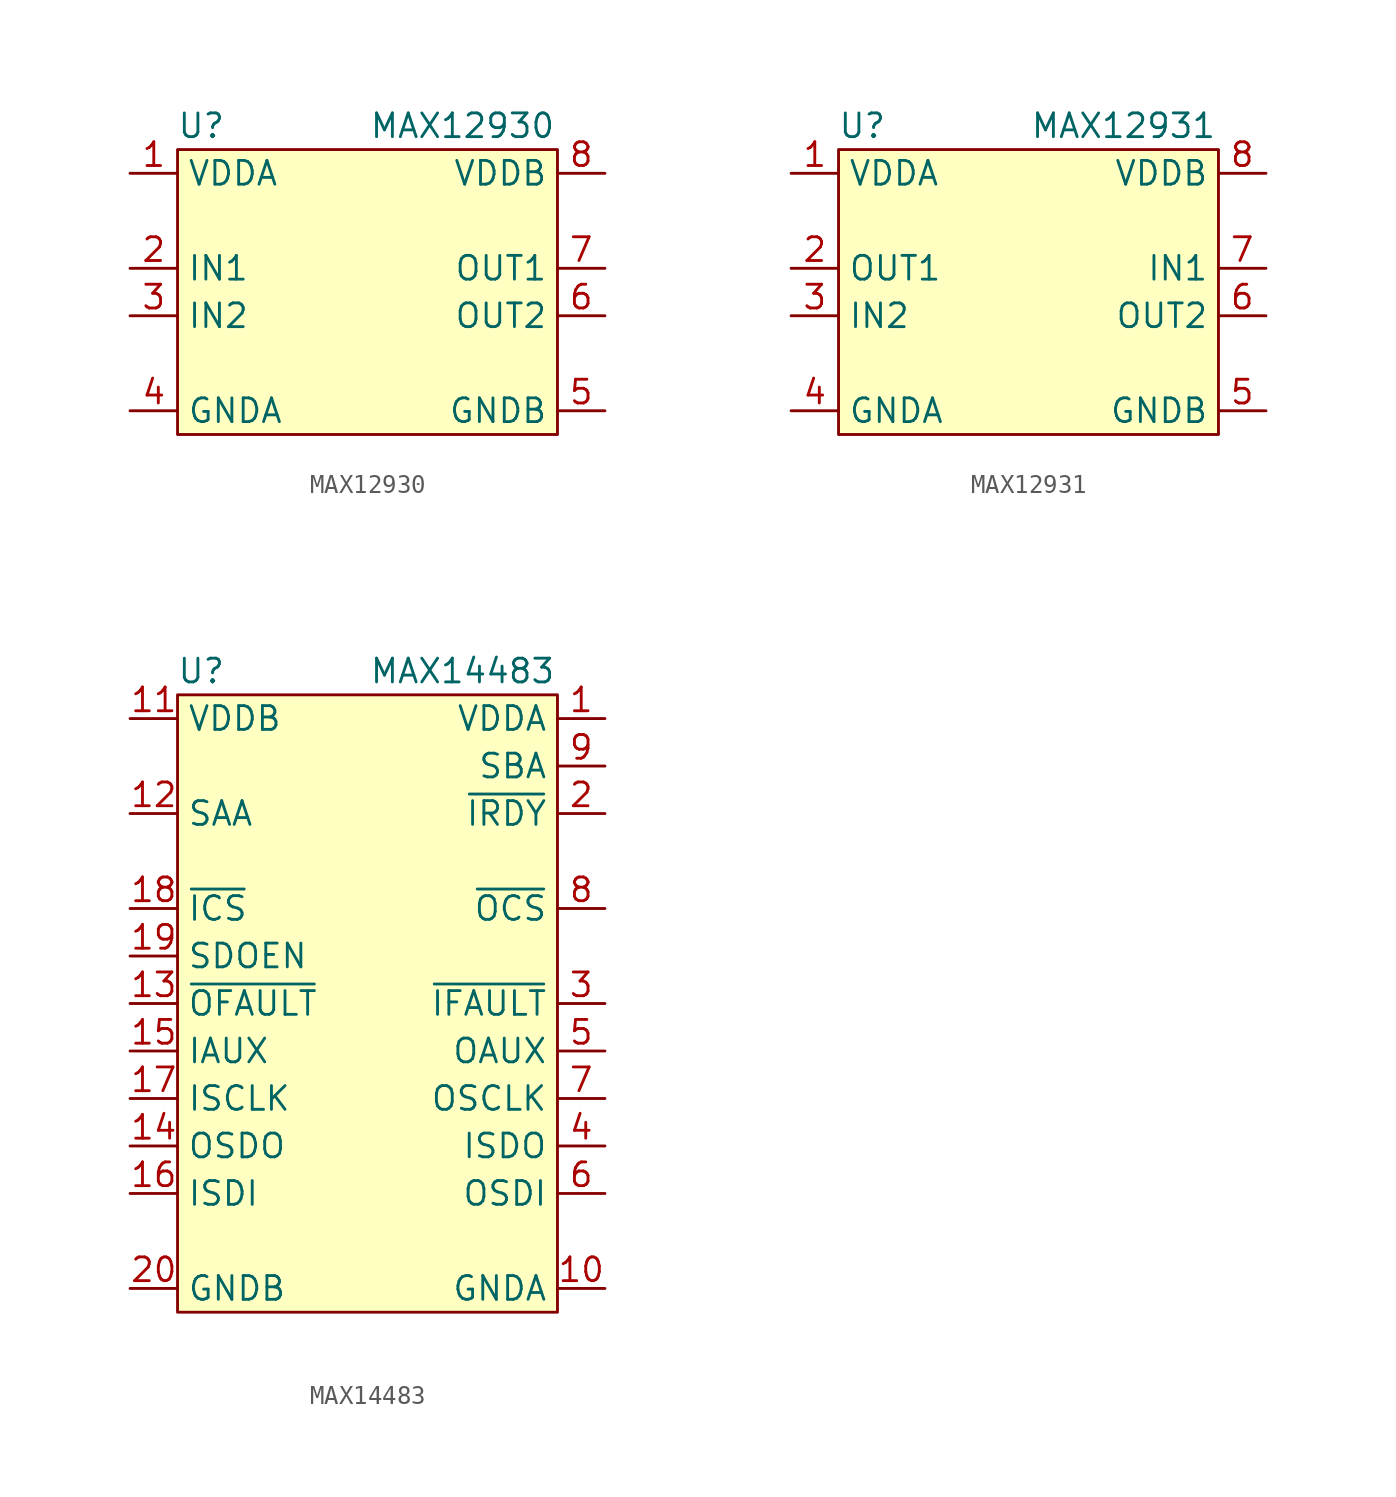
<source format=kicad_sym>
(kicad_symbol_lib
  (version 20211014)
  (generator kicad_symbol_editor)
  (symbol "MAX12930"
    (property "Reference" "U"
      (at -8.89 8.89 0)
      (effects (font (size 1.27 1.27))))
    (property "Value" "MAX12930"
      (at 5.08 8.89 0)
      (effects (font (size 1.27 1.27))))
    (symbol "MAX12930_0_0"
      (pin power_in line (at -12.7 6.35 0) (length 2.54) (name "VDDA" (effects (font (size 1.27 1.27)))) (number "1" (effects (font (size 1.27 1.27)))))
      (pin input line (at -12.7 1.27 0) (length 2.54) (name "IN1" (effects (font (size 1.27 1.27)))) (number "2" (effects (font (size 1.27 1.27)))))
      (pin input line (at -12.7 -1.27 0) (length 2.54) (name "IN2" (effects (font (size 1.27 1.27)))) (number "3" (effects (font (size 1.27 1.27)))))
      (pin power_in line (at -12.7 -6.35 0) (length 2.54) (name "GNDA" (effects (font (size 1.27 1.27)))) (number "4" (effects (font (size 1.27 1.27)))))
      (pin power_in line (at 12.7 -6.35 180) (length 2.54) (name "GNDB" (effects (font (size 1.27 1.27)))) (number "5" (effects (font (size 1.27 1.27)))))
      (pin output line (at 12.7 -1.27 180) (length 2.54) (name "OUT2" (effects (font (size 1.27 1.27)))) (number "6" (effects (font (size 1.27 1.27)))))
      (pin output line (at 12.7 1.27 180) (length 2.54) (name "OUT1" (effects (font (size 1.27 1.27)))) (number "7" (effects (font (size 1.27 1.27)))))
      (pin power_in line (at 12.7 6.35 180) (length 2.54) (name "VDDB" (effects (font (size 1.27 1.27)))) (number "8" (effects (font (size 1.27 1.27))))))
    (symbol "MAX12930_0_1"
      (rectangle (start -10.16 7.62) (end 10.16 -7.62) (stroke (width 0) (type default) (color 0 0 0 0)) (fill (type background)))))
  (symbol "MAX12931"
    (property "Reference" "U"
      (at -8.89 8.89 0)
      (effects (font (size 1.27 1.27))))
    (property "Value" "MAX12931"
      (at 5.08 8.89 0)
      (effects (font (size 1.27 1.27))))
    (symbol "MAX12931_0_0"
      (pin power_in line (at -12.7 6.35 0) (length 2.54) (name "VDDA" (effects (font (size 1.27 1.27)))) (number "1" (effects (font (size 1.27 1.27)))))
      (pin input line (at -12.7 1.27 0) (length 2.54) (name "OUT1" (effects (font (size 1.27 1.27)))) (number "2" (effects (font (size 1.27 1.27)))))
      (pin output line (at -12.7 -1.27 0) (length 2.54) (name "IN2" (effects (font (size 1.27 1.27)))) (number "3" (effects (font (size 1.27 1.27)))))
      (pin power_in line (at -12.7 -6.35 0) (length 2.54) (name "GNDA" (effects (font (size 1.27 1.27)))) (number "4" (effects (font (size 1.27 1.27)))))
      (pin power_in line (at 12.7 -6.35 180) (length 2.54) (name "GNDB" (effects (font (size 1.27 1.27)))) (number "5" (effects (font (size 1.27 1.27)))))
      (pin input line (at 12.7 -1.27 180) (length 2.54) (name "OUT2" (effects (font (size 1.27 1.27)))) (number "6" (effects (font (size 1.27 1.27)))))
      (pin output line (at 12.7 1.27 180) (length 2.54) (name "IN1" (effects (font (size 1.27 1.27)))) (number "7" (effects (font (size 1.27 1.27)))))
      (pin power_in line (at 12.7 6.35 180) (length 2.54) (name "VDDB" (effects (font (size 1.27 1.27)))) (number "8" (effects (font (size 1.27 1.27))))))
    (symbol "MAX12931_0_1"
      (rectangle (start -10.16 7.62) (end 10.16 -7.62) (stroke (width 0) (type default) (color 0 0 0 0)) (fill (type background)))))
  (symbol "MAX14483"
    (property "Reference" "U"
      (at -8.89 17.78 0)
      (effects (font (size 1.27 1.27))))
    (property "Value" "MAX14483"
      (at 5.08 17.78 0)
      (effects (font (size 1.27 1.27))))
    (symbol "MAX14483_0_0"
      (pin power_in line (at 12.7 15.24 180) (length 2.54) (name "VDDA" (effects (font (size 1.27 1.27)))) (number "1" (effects (font (size 1.27 1.27)))))
      (pin power_in line (at 12.7 -15.24 180) (length 2.54) (name "GNDA" (effects (font (size 1.27 1.27)))) (number "10" (effects (font (size 1.27 1.27)))))
      (pin power_in line (at -12.7 15.24 0) (length 2.54) (name "VDDB" (effects (font (size 1.27 1.27)))) (number "11" (effects (font (size 1.27 1.27)))))
      (pin output line (at -12.7 10.16 0) (length 2.54) (name "SAA" (effects (font (size 1.27 1.27)))) (number "12" (effects (font (size 1.27 1.27)))))
      (pin output line (at -12.7 0 0) (length 2.54) (name "~{OFAULT}" (effects (font (size 1.27 1.27)))) (number "13" (effects (font (size 1.27 1.27)))))
      (pin output line (at -12.7 -7.62 0) (length 2.54) (name "OSDO" (effects (font (size 1.27 1.27)))) (number "14" (effects (font (size 1.27 1.27)))))
      (pin input line (at -12.7 -2.54 0) (length 2.54) (name "IAUX" (effects (font (size 1.27 1.27)))) (number "15" (effects (font (size 1.27 1.27)))))
      (pin input line (at -12.7 -10.16 0) (length 2.54) (name "ISDI" (effects (font (size 1.27 1.27)))) (number "16" (effects (font (size 1.27 1.27)))))
      (pin input line (at -12.7 -5.08 0) (length 2.54) (name "ISCLK" (effects (font (size 1.27 1.27)))) (number "17" (effects (font (size 1.27 1.27)))))
      (pin input line (at -12.7 5.08 0) (length 2.54) (name "~{ICS}" (effects (font (size 1.27 1.27)))) (number "18" (effects (font (size 1.27 1.27)))))
      (pin input line (at -12.7 2.54 0) (length 2.54) (name "SDOEN" (effects (font (size 1.27 1.27)))) (number "19" (effects (font (size 1.27 1.27)))))
      (pin input line (at 12.7 10.16 180) (length 2.54) (name "~{IRDY}" (effects (font (size 1.27 1.27)))) (number "2" (effects (font (size 1.27 1.27)))))
      (pin power_in line (at -12.7 -15.24 0) (length 2.54) (name "GNDB" (effects (font (size 1.27 1.27)))) (number "20" (effects (font (size 1.27 1.27)))))
      (pin input line (at 12.7 0 180) (length 2.54) (name "~{IFAULT}" (effects (font (size 1.27 1.27)))) (number "3" (effects (font (size 1.27 1.27)))))
      (pin input line (at 12.7 -7.62 180) (length 2.54) (name "ISDO" (effects (font (size 1.27 1.27)))) (number "4" (effects (font (size 1.27 1.27)))))
      (pin output line (at 12.7 -2.54 180) (length 2.54) (name "OAUX" (effects (font (size 1.27 1.27)))) (number "5" (effects (font (size 1.27 1.27)))))
      (pin output line (at 12.7 -10.16 180) (length 2.54) (name "OSDI" (effects (font (size 1.27 1.27)))) (number "6" (effects (font (size 1.27 1.27)))))
      (pin output line (at 12.7 -5.08 180) (length 2.54) (name "OSCLK" (effects (font (size 1.27 1.27)))) (number "7" (effects (font (size 1.27 1.27)))))
      (pin output line (at 12.7 5.08 180) (length 2.54) (name "~{OCS}" (effects (font (size 1.27 1.27)))) (number "8" (effects (font (size 1.27 1.27)))))
      (pin output line (at 12.7 12.7 180) (length 2.54) (name "SBA" (effects (font (size 1.27 1.27)))) (number "9" (effects (font (size 1.27 1.27))))))
    (symbol "MAX14483_0_1"
      (rectangle (start -10.16 16.51) (end 10.16 -16.51) (stroke (width 0) (type default) (color 0 0 0 0)) (fill (type background))))))
</source>
